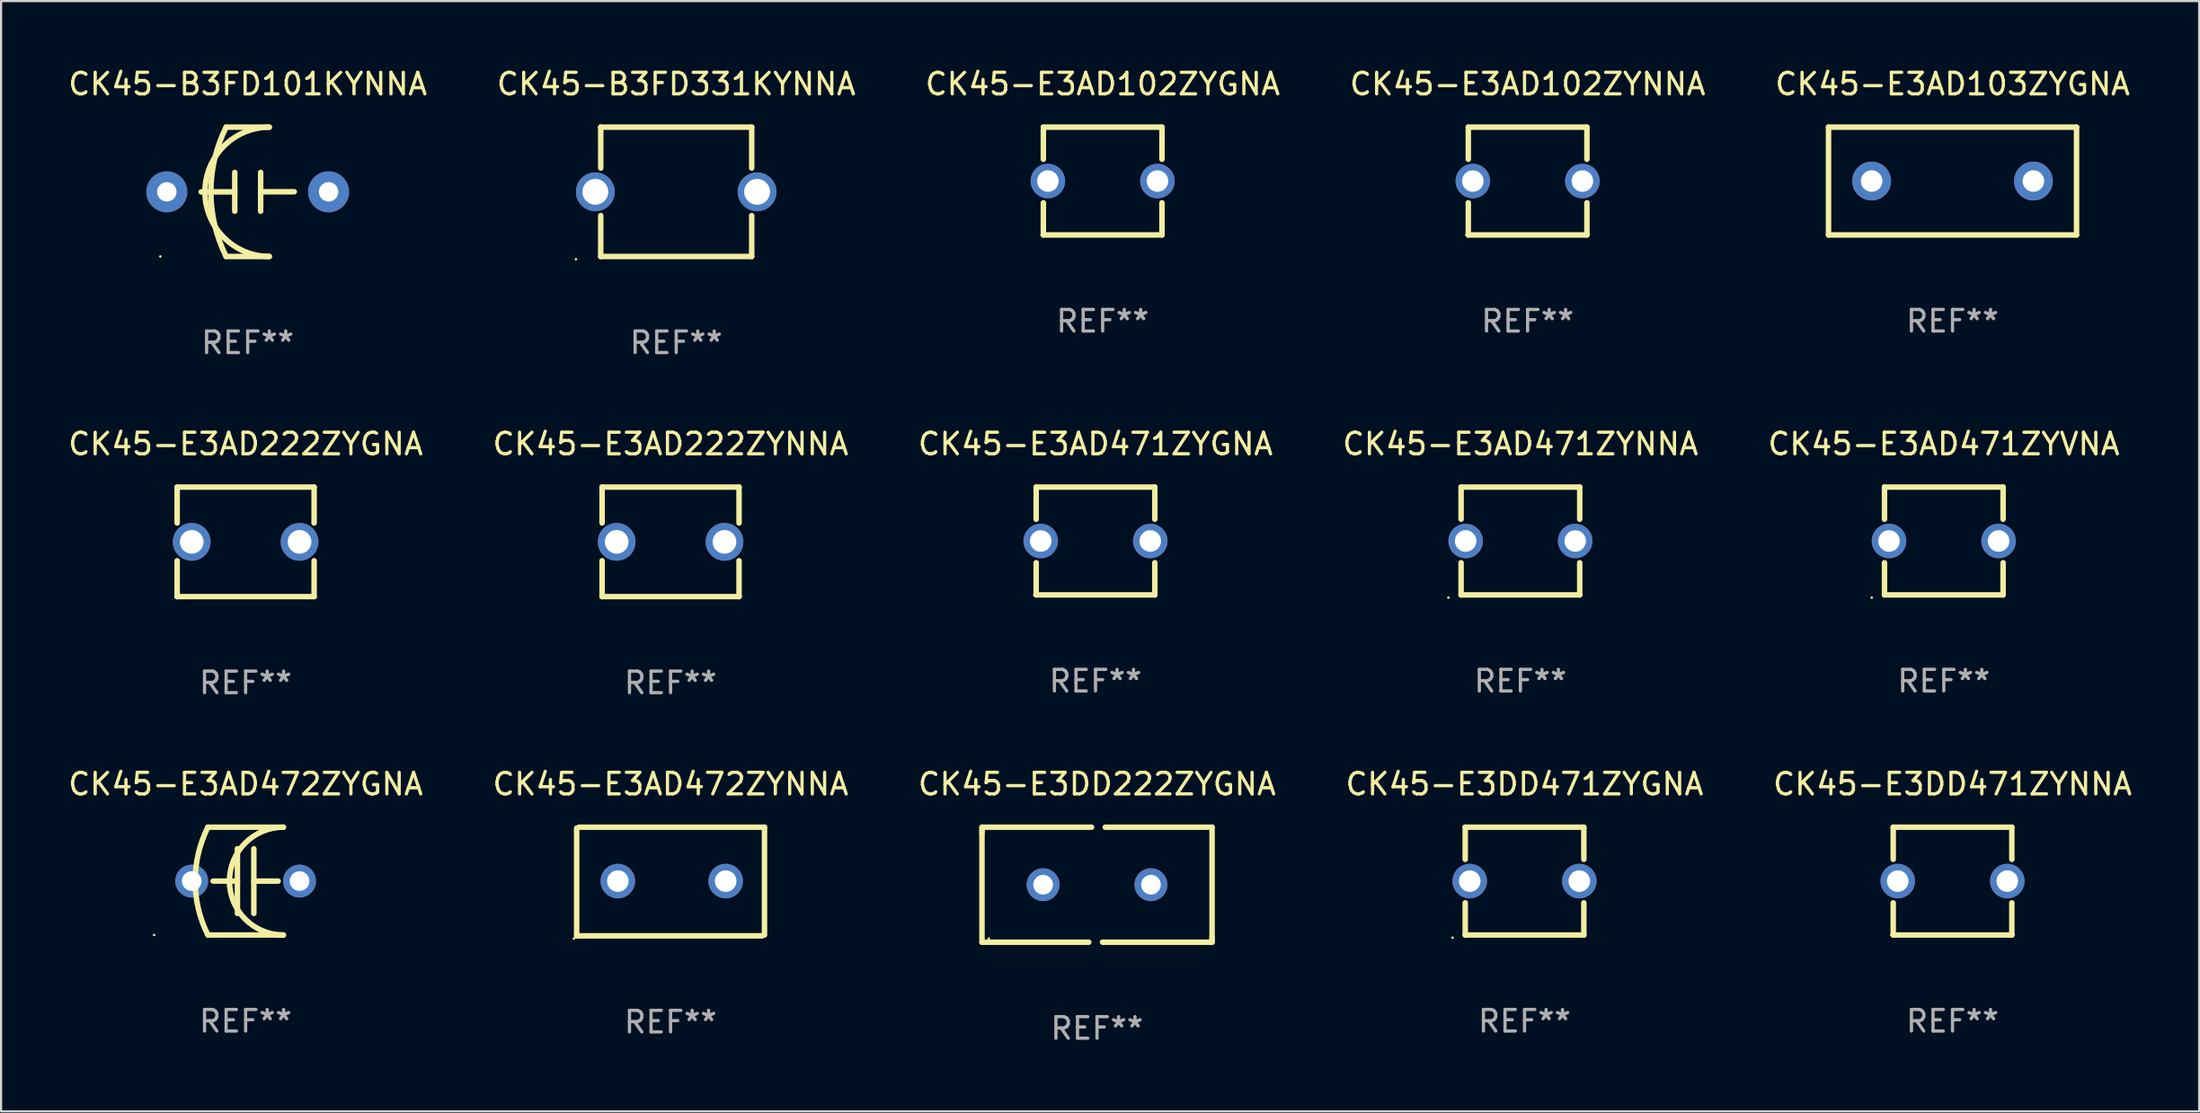
<source format=kicad_pcb>
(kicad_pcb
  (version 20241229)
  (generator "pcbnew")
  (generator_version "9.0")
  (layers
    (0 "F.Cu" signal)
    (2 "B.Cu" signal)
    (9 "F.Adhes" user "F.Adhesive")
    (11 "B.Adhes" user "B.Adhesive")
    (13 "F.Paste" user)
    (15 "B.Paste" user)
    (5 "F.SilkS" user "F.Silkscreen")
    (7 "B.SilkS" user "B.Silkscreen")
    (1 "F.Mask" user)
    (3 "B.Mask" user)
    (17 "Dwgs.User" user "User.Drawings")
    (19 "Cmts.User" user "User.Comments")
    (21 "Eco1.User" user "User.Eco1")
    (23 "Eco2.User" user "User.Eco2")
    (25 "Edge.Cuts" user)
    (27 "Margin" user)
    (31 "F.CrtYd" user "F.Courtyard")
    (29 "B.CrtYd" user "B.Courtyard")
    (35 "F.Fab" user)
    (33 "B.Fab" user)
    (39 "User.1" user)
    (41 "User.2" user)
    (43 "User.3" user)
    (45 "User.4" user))
  (footprint "CK45-B3FD331KYNNA"
    (layer "F.Cu")
    (at 28.304 5.848)
    (property "Reference" "CK45-B3FD331KYNNA" (at 0 -5 0) (layer "F.SilkS") (effects (font (size 1 1) (thickness 0.15))))
    (attr through_hole)
    (fp_line (start -3.5 -3) (end -3.5 -1.103) (stroke (width 0.254) (type solid)) (layer "F.SilkS"))
    (fp_line (start -3.5 -3) (end 3.5 -3) (stroke (width 0.254) (type solid)) (layer "F.SilkS"))
    (fp_line (start -3.5 1.103) (end -3.5 3) (stroke (width 0.254) (type solid)) (layer "F.SilkS"))
    (fp_line (start 3.5 -3) (end 3.5 -1.103) (stroke (width 0.254) (type solid)) (layer "F.SilkS"))
    (fp_line (start 3.5 1.103) (end 3.5 3) (stroke (width 0.254) (type solid)) (layer "F.SilkS"))
    (fp_line (start 3.5 3) (end -3.5 3) (stroke (width 0.254) (type solid)) (layer "F.SilkS"))
    (fp_circle (center -4.65 3.127) (end -4.62 3.127) (stroke (width 0.06) (type solid)) (fill no) (layer "F.SilkS"))
    (fp_text user "REF**" (at 0 7 0) (layer "F.Fab") (effects (font (size 1 1) (thickness 0.15))))
    (pad "1" thru_hole circle (at -3.75 0) (size 1.8 1.8) (drill 1.2) (layers "*.Cu" "*.Mask"))
    (pad "2" thru_hole circle (at 3.75 0) (size 1.8 1.8) (drill 1.2) (layers "*.Cu" "*.Mask")))
  (footprint "CK45-E3AD472ZYGNA"
    (layer "F.Cu")
    (at 8.339 37.821)
    (property "Reference" "CK45-E3AD472ZYGNA" (at 0 -4.5 0) (layer "F.SilkS") (effects (font (size 1 1) (thickness 0.15))))
    (attr through_hole)
    (fp_line (start -1.75 -2.5) (end 1.75 -2.5) (stroke (width 0.254) (type solid)) (layer "F.SilkS"))
    (fp_line (start -0.381 -1.5) (end -0.381 1.5) (stroke (width 0.254) (type solid)) (layer "F.SilkS"))
    (fp_line (start -0.381 -0.001) (end -1.507 -0.001) (stroke (width 0.254) (type solid)) (layer "F.SilkS"))
    (fp_line (start 0.381 0.001) (end 1.507 0.001) (stroke (width 0.254) (type solid)) (layer "F.SilkS"))
    (fp_line (start 0.381 1.5) (end 0.381 -1.5) (stroke (width 0.254) (type solid)) (layer "F.SilkS"))
    (fp_line (start 1.75 2.5) (end -1.75 2.5) (stroke (width 0.254) (type solid)) (layer "F.SilkS"))
    (fp_arc (start -1.750191 2.499365) (mid -2.340267 -0.000324) (end -1.75014 -2.5) (stroke (width 0.254001) (type solid)) (layer "F.SilkS"))
    (fp_arc (start 1.749886 2.5) (mid -0.749733 0.000293) (end 1.749936 -2.499364) (stroke (width 0.254001) (type solid)) (layer "F.SilkS"))
    (fp_circle (center -4.242 2.5) (end -4.212 2.5) (stroke (width 0.06) (type solid)) (fill no) (layer "F.SilkS"))
    (fp_text user "REF**" (at 0 6.5 0) (layer "F.Fab") (effects (font (size 1 1) (thickness 0.15))))
    (pad "1" thru_hole circle (at -2.5 0) (size 1.524 1.524) (drill 0.914) (layers "*.Cu" "*.Mask"))
    (pad "2" thru_hole circle (at 2.5 0) (size 1.524 1.524) (drill 0.914) (layers "*.Cu" "*.Mask")))
  (footprint "CK45-E3AD102ZYNNA"
    (layer "F.Cu")
    (at 67.78 5.348)
    (property "Reference" "CK45-E3AD102ZYNNA" (at 0 -4.5 0) (layer "F.SilkS") (effects (font (size 1 1) (thickness 0.15))))
    (attr through_hole)
    (fp_line (start -2.75 -2.5) (end -2.75 -1.009) (stroke (width 0.254) (type solid)) (layer "F.SilkS"))
    (fp_line (start -2.75 -2.5) (end 2.75 -2.5) (stroke (width 0.254) (type solid)) (layer "F.SilkS"))
    (fp_line (start -2.75 1.009) (end -2.75 2.5) (stroke (width 0.254) (type solid)) (layer "F.SilkS"))
    (fp_line (start -2.75 2.5) (end 2.75 2.5) (stroke (width 0.254) (type solid)) (layer "F.SilkS"))
    (fp_line (start 2.75 -2.5) (end 2.75 -1.009) (stroke (width 0.254) (type solid)) (layer "F.SilkS"))
    (fp_line (start 2.75 1.009) (end 2.75 2.5) (stroke (width 0.254) (type solid)) (layer "F.SilkS"))
    (fp_circle (center -2.84 2.5) (end -2.81 2.5) (stroke (width 0.06) (type solid)) (fill no) (layer "F.SilkS"))
    (fp_text user "REF**" (at 0 6.5 0) (layer "F.Fab") (effects (font (size 1 1) (thickness 0.15))))
    (pad "1" thru_hole circle (at -2.54 0) (size 1.6 1.6) (drill 1) (layers "*.Cu" "*.Mask"))
    (pad "2" thru_hole circle (at 2.54 0) (size 1.6 1.6) (drill 1) (layers "*.Cu" "*.Mask")))
  (footprint "CK45-E3AD471ZYNNA"
    (layer "F.Cu")
    (at 67.446 22.045)
    (property "Reference" "CK45-E3AD471ZYNNA" (at 0 -4.5 0) (layer "F.SilkS") (effects (font (size 1 1) (thickness 0.15))))
    (attr through_hole)
    (fp_line (start -2.75 -2.5) (end -2.75 -1.009) (stroke (width 0.254) (type solid)) (layer "F.SilkS"))
    (fp_line (start -2.75 -2.5) (end 2.75 -2.5) (stroke (width 0.254) (type solid)) (layer "F.SilkS"))
    (fp_line (start -2.75 1.009) (end -2.75 2.5) (stroke (width 0.254) (type solid)) (layer "F.SilkS"))
    (fp_line (start -2.75 2.5) (end 2.75 2.5) (stroke (width 0.254) (type solid)) (layer "F.SilkS"))
    (fp_line (start 2.75 -2.5) (end 2.75 -1.009) (stroke (width 0.254) (type solid)) (layer "F.SilkS"))
    (fp_line (start 2.75 1.009) (end 2.75 2.5) (stroke (width 0.254) (type solid)) (layer "F.SilkS"))
    (fp_circle (center -3.34 2.627) (end -3.31 2.627) (stroke (width 0.06) (type solid)) (fill no) (layer "F.SilkS"))
    (fp_text user "REF**" (at 0 6.5 0) (layer "F.Fab") (effects (font (size 1 1) (thickness 0.15))))
    (pad "1" thru_hole circle (at -2.54 0) (size 1.6 1.6) (drill 1) (layers "*.Cu" "*.Mask"))
    (pad "2" thru_hole circle (at 2.54 0) (size 1.6 1.6) (drill 1) (layers "*.Cu" "*.Mask")))
  (footprint "CK45-E3AD222ZYNNA"
    (layer "F.Cu")
    (at 28.042 22.085)
    (property "Reference" "CK45-E3AD222ZYNNA" (at 0 -4.54 0) (layer "F.SilkS") (effects (font (size 1 1) (thickness 0.15))))
    (attr through_hole)
    (fp_line (start -3.175 -2.54) (end -3.175 -0.876) (stroke (width 0.254) (type solid)) (layer "F.SilkS"))
    (fp_line (start -3.175 0.876) (end -3.175 2.54) (stroke (width 0.254) (type solid)) (layer "F.SilkS"))
    (fp_line (start -3.175 2.54) (end 3.175 2.54) (stroke (width 0.254) (type solid)) (layer "F.SilkS"))
    (fp_line (start 3.175 -2.54) (end -3.175 -2.54) (stroke (width 0.254) (type solid)) (layer "F.SilkS"))
    (fp_line (start 3.175 -0.876) (end 3.175 -2.54) (stroke (width 0.254) (type solid)) (layer "F.SilkS"))
    (fp_line (start 3.175 2.54) (end 3.175 0.876) (stroke (width 0.254) (type solid)) (layer "F.SilkS"))
    (fp_circle (center -3.25 2.5) (end -3.22 2.5) (stroke (width 0.06) (type solid)) (fill no) (layer "F.SilkS"))
    (fp_text user "REF**" (at 0 6.54 0) (layer "F.Fab") (effects (font (size 1 1) (thickness 0.15))))
    (pad "1" thru_hole circle (at -2.5 0) (size 1.75 1.75) (drill 1.1) (layers "*.Cu" "*.Mask"))
    (pad "2" thru_hole circle (at 2.5 0) (size 1.75 1.75) (drill 1.1) (layers "*.Cu" "*.Mask")))
  (footprint "CK45-B3FD101KYNNA"
    (layer "F.Cu")
    (at 8.435 5.848)
    (property "Reference" "CK45-B3FD101KYNNA" (at 0 -5 0) (layer "F.SilkS") (effects (font (size 1 1) (thickness 0.15))))
    (attr through_hole)
    (fp_line (start -1 -3) (end 1 -3) (stroke (width 0.254) (type solid)) (layer "F.SilkS"))
    (fp_line (start -0.6 -0.9) (end -0.6 0.9) (stroke (width 0.254) (type solid)) (layer "F.SilkS"))
    (fp_line (start -0.6 0.003) (end -2.159 0.003) (stroke (width 0.254) (type solid)) (layer "F.SilkS"))
    (fp_line (start 0.6 -0.003) (end 2.159 -0.003) (stroke (width 0.254) (type solid)) (layer "F.SilkS"))
    (fp_line (start 0.6 0.9) (end 0.6 -0.9) (stroke (width 0.254) (type solid)) (layer "F.SilkS"))
    (fp_line (start 1 3) (end -1 3) (stroke (width 0.254) (type solid)) (layer "F.SilkS"))
    (fp_arc (start -1.000762 2.999746) (mid -1.708676 -0.000217) (end -1 -3) (stroke (width 0.254001) (type solid)) (layer "F.SilkS"))
    (fp_arc (start 1 3) (mid -1.999111 -0.000254) (end 1.000762 -2.999746) (stroke (width 0.254001) (type solid)) (layer "F.SilkS"))
    (fp_circle (center -4.05 3) (end -4.02 3) (stroke (width 0.06) (type solid)) (fill no) (layer "F.SilkS"))
    (fp_text user "REF**" (at 0 7 0) (layer "F.Fab") (effects (font (size 1 1) (thickness 0.15))))
    (pad "1" thru_hole circle (at -3.75 0) (size 1.9 1.9) (drill 0.9) (layers "*.Cu" "*.Mask"))
    (pad "2" thru_hole circle (at 3.75 0) (size 1.9 1.9) (drill 0.9) (layers "*.Cu" "*.Mask")))
  (footprint "CK45-E3AD471ZYGNA"
    (layer "F.Cu")
    (at 47.744 22.045)
    (property "Reference" "CK45-E3AD471ZYGNA" (at 0 -4.5 0) (layer "F.SilkS") (effects (font (size 1 1) (thickness 0.15))))
    (attr through_hole)
    (fp_line (start -2.75 -2.5) (end -2.75 -1.009) (stroke (width 0.254) (type solid)) (layer "F.SilkS"))
    (fp_line (start -2.75 -2.5) (end 2.75 -2.5) (stroke (width 0.254) (type solid)) (layer "F.SilkS"))
    (fp_line (start -2.75 1.009) (end -2.75 2.5) (stroke (width 0.254) (type solid)) (layer "F.SilkS"))
    (fp_line (start -2.75 2.5) (end 2.75 2.5) (stroke (width 0.254) (type solid)) (layer "F.SilkS"))
    (fp_line (start 2.75 -2.5) (end 2.75 -1.009) (stroke (width 0.254) (type solid)) (layer "F.SilkS"))
    (fp_line (start 2.75 1.009) (end 2.75 2.5) (stroke (width 0.254) (type solid)) (layer "F.SilkS"))
    (fp_circle (center -2.84 2.5) (end -2.81 2.5) (stroke (width 0.06) (type solid)) (fill no) (layer "F.SilkS"))
    (fp_text user "REF**" (at 0 6.5 0) (layer "F.Fab") (effects (font (size 1 1) (thickness 0.15))))
    (pad "1" thru_hole circle (at -2.54 0) (size 1.6 1.6) (drill 1) (layers "*.Cu" "*.Mask"))
    (pad "2" thru_hole circle (at 2.54 0) (size 1.6 1.6) (drill 1) (layers "*.Cu" "*.Mask")))
  (footprint "CK45-E3DD471ZYNNA"
    (layer "F.Cu")
    (at 87.482 37.821)
    (property "Reference" "CK45-E3DD471ZYNNA" (at 0 -4.5 0) (layer "F.SilkS") (effects (font (size 1 1) (thickness 0.15))))
    (attr through_hole)
    (fp_line (start -2.75 -2.5) (end -2.75 -1.009) (stroke (width 0.254) (type solid)) (layer "F.SilkS"))
    (fp_line (start -2.75 -2.5) (end 2.75 -2.5) (stroke (width 0.254) (type solid)) (layer "F.SilkS"))
    (fp_line (start -2.75 1.009) (end -2.75 2.5) (stroke (width 0.254) (type solid)) (layer "F.SilkS"))
    (fp_line (start -2.75 2.5) (end 2.75 2.5) (stroke (width 0.254) (type solid)) (layer "F.SilkS"))
    (fp_line (start 2.75 -2.5) (end 2.75 -1.009) (stroke (width 0.254) (type solid)) (layer "F.SilkS"))
    (fp_line (start 2.75 1.009) (end 2.75 2.5) (stroke (width 0.254) (type solid)) (layer "F.SilkS"))
    (fp_circle (center -2.84 2.5) (end -2.81 2.5) (stroke (width 0.06) (type solid)) (fill no) (layer "F.SilkS"))
    (fp_text user "REF**" (at 0 6.5 0) (layer "F.Fab") (effects (font (size 1 1) (thickness 0.15))))
    (pad "1" thru_hole circle (at -2.54 0) (size 1.6 1.6) (drill 1) (layers "*.Cu" "*.Mask"))
    (pad "2" thru_hole circle (at 2.54 0) (size 1.6 1.6) (drill 1) (layers "*.Cu" "*.Mask")))
  (footprint "CK45-E3AD222ZYGNA"
    (layer "F.Cu")
    (at 8.339 22.085)
    (property "Reference" "CK45-E3AD222ZYGNA" (at 0 -4.54 0) (layer "F.SilkS") (effects (font (size 1 1) (thickness 0.15))))
    (attr through_hole)
    (fp_line (start -3.175 -2.54) (end -3.175 -0.876) (stroke (width 0.254) (type solid)) (layer "F.SilkS"))
    (fp_line (start -3.175 0.876) (end -3.175 2.54) (stroke (width 0.254) (type solid)) (layer "F.SilkS"))
    (fp_line (start -3.175 2.54) (end 3.175 2.54) (stroke (width 0.254) (type solid)) (layer "F.SilkS"))
    (fp_line (start 3.175 -2.54) (end -3.175 -2.54) (stroke (width 0.254) (type solid)) (layer "F.SilkS"))
    (fp_line (start 3.175 -0.876) (end 3.175 -2.54) (stroke (width 0.254) (type solid)) (layer "F.SilkS"))
    (fp_line (start 3.175 2.54) (end 3.175 0.876) (stroke (width 0.254) (type solid)) (layer "F.SilkS"))
    (fp_circle (center -3.25 2.5) (end -3.22 2.5) (stroke (width 0.06) (type solid)) (fill no) (layer "F.SilkS"))
    (fp_text user "REF**" (at 0 6.54 0) (layer "F.Fab") (effects (font (size 1 1) (thickness 0.15))))
    (pad "1" thru_hole circle (at -2.5 0) (size 1.75 1.75) (drill 1.1) (layers "*.Cu" "*.Mask"))
    (pad "2" thru_hole circle (at 2.5 0) (size 1.75 1.75) (drill 1.1) (layers "*.Cu" "*.Mask")))
  (footprint "CK45-E3DD222ZYGNA"
    (layer "F.Cu")
    (at 47.815 37.988)
    (property "Reference" "CK45-E3DD222ZYGNA" (at 0 -4.667 0) (layer "F.SilkS") (effects (font (size 1 1) (thickness 0.15))))
    (attr through_hole)
    (fp_line (start -5.334 -2.667) (end -0.254 -2.667) (stroke (width 0.254) (type solid)) (layer "F.SilkS"))
    (fp_line (start -5.334 -2.54) (end -5.334 -2.667) (stroke (width 0.254) (type solid)) (layer "F.SilkS"))
    (fp_line (start -5.334 -2.413) (end -5.334 -2.54) (stroke (width 0.254) (type solid)) (layer "F.SilkS"))
    (fp_line (start -5.334 2.667) (end -5.334 -2.413) (stroke (width 0.254) (type solid)) (layer "F.SilkS"))
    (fp_line (start -0.381 2.667) (end -5.334 2.667) (stroke (width 0.254) (type solid)) (layer "F.SilkS"))
    (fp_line (start 0.381 -2.667) (end 5.334 -2.667) (stroke (width 0.254) (type solid)) (layer "F.SilkS"))
    (fp_line (start 5.334 -2.667) (end 5.334 2.413) (stroke (width 0.254) (type solid)) (layer "F.SilkS"))
    (fp_line (start 5.334 2.413) (end 5.334 2.54) (stroke (width 0.254) (type solid)) (layer "F.SilkS"))
    (fp_line (start 5.334 2.54) (end 5.334 2.667) (stroke (width 0.254) (type solid)) (layer "F.SilkS"))
    (fp_line (start 5.334 2.667) (end 0.254 2.667) (stroke (width 0.254) (type solid)) (layer "F.SilkS"))
    (fp_circle (center -5.017 2.5) (end -4.987 2.5) (stroke (width 0.06) (type solid)) (fill no) (layer "F.SilkS"))
    (fp_text user "REF**" (at 0 6.667 0) (layer "F.Fab") (effects (font (size 1 1) (thickness 0.15))))
    (pad "1" thru_hole circle (at -2.5 0) (size 1.524 1.524) (drill 0.914) (layers "*.Cu" "*.Mask"))
    (pad "2" thru_hole circle (at 2.5 0) (size 1.524 1.524) (drill 0.914) (layers "*.Cu" "*.Mask")))
  (footprint "CK45-E3AD472ZYNNA"
    (layer "F.Cu")
    (at 28.042 37.841)
    (property "Reference" "CK45-E3AD472ZYNNA" (at 0 -4.52 0) (layer "F.SilkS") (effects (font (size 1 1) (thickness 0.15))))
    (attr through_hole)
    (fp_line (start -4.355 2.52) (end -4.355 -2.48) (stroke (width 0.254) (type solid)) (layer "F.SilkS"))
    (fp_line (start -4.246 -2.52) (end 4.355 -2.52) (stroke (width 0.254) (type solid)) (layer "F.SilkS"))
    (fp_line (start 4.246 2.52) (end -4.355 2.52) (stroke (width 0.254) (type solid)) (layer "F.SilkS"))
    (fp_line (start 4.355 -2.52) (end 4.355 2.48) (stroke (width 0.254) (type solid)) (layer "F.SilkS"))
    (fp_circle (center -4.482 2.647) (end -4.452 2.647) (stroke (width 0.06) (type solid)) (fill no) (layer "F.SilkS"))
    (fp_text user "REF**" (at 0 6.52 0) (layer "F.Fab") (effects (font (size 1 1) (thickness 0.15))))
    (pad "1" thru_hole circle (at -2.445 -0.02) (size 1.6 1.6) (drill 1) (layers "*.Cu" "*.Mask"))
    (pad "2" thru_hole circle (at 2.555 -0.02) (size 1.6 1.6) (drill 1) (layers "*.Cu" "*.Mask")))
  (footprint "CK45-E3AD102ZYGNA"
    (layer "F.Cu")
    (at 48.077 5.348)
    (property "Reference" "CK45-E3AD102ZYGNA" (at 0 -4.5 0) (layer "F.SilkS") (effects (font (size 1 1) (thickness 0.15))))
    (attr through_hole)
    (fp_line (start -2.75 -2.5) (end -2.75 -1.009) (stroke (width 0.254) (type solid)) (layer "F.SilkS"))
    (fp_line (start -2.75 -2.5) (end 2.75 -2.5) (stroke (width 0.254) (type solid)) (layer "F.SilkS"))
    (fp_line (start -2.75 1.009) (end -2.75 2.5) (stroke (width 0.254) (type solid)) (layer "F.SilkS"))
    (fp_line (start -2.75 2.5) (end 2.75 2.5) (stroke (width 0.254) (type solid)) (layer "F.SilkS"))
    (fp_line (start 2.75 -2.5) (end 2.75 -1.009) (stroke (width 0.254) (type solid)) (layer "F.SilkS"))
    (fp_line (start 2.75 1.009) (end 2.75 2.5) (stroke (width 0.254) (type solid)) (layer "F.SilkS"))
    (fp_circle (center -2.84 2.5) (end -2.81 2.5) (stroke (width 0.06) (type solid)) (fill no) (layer "F.SilkS"))
    (fp_text user "REF**" (at 0 6.5 0) (layer "F.Fab") (effects (font (size 1 1) (thickness 0.15))))
    (pad "1" thru_hole circle (at -2.54 0) (size 1.6 1.6) (drill 1) (layers "*.Cu" "*.Mask"))
    (pad "2" thru_hole circle (at 2.54 0) (size 1.6 1.6) (drill 1) (layers "*.Cu" "*.Mask")))
  (footprint "CK45-E3AD103ZYGNA"
    (layer "F.Cu")
    (at 87.482 5.348)
    (property "Reference" "CK45-E3AD103ZYGNA" (at 0 -4.5 0) (layer "F.SilkS") (effects (font (size 1 1) (thickness 0.15))))
    (attr through_hole)
    (fp_line (start -5.75 -2.5) (end 5.75 -2.5) (stroke (width 0.254) (type solid)) (layer "F.SilkS"))
    (fp_line (start -5.75 2.5) (end -5.75 -2.5) (stroke (width 0.254) (type solid)) (layer "F.SilkS"))
    (fp_line (start 5.75 -2.5) (end 5.75 2.5) (stroke (width 0.254) (type solid)) (layer "F.SilkS"))
    (fp_line (start 5.75 2.5) (end -5.75 2.5) (stroke (width 0.254) (type solid)) (layer "F.SilkS"))
    (fp_circle (center -5.75 2.5) (end -5.72 2.5) (stroke (width 0.06) (type solid)) (fill no) (layer "F.SilkS"))
    (fp_text user "REF**" (at 0 6.5 0) (layer "F.Fab") (effects (font (size 1 1) (thickness 0.15))))
    (pad "1" thru_hole circle (at -3.75 0) (size 1.8 1.8) (drill 1) (layers "*.Cu" "*.Mask"))
    (pad "2" thru_hole circle (at 3.75 0) (size 1.8 1.8) (drill 1) (layers "*.Cu" "*.Mask")))
  (footprint "CK45-E3AD471ZYVNA"
    (layer "F.Cu")
    (at 87.077 22.045)
    (property "Reference" "CK45-E3AD471ZYVNA" (at 0 -4.5 0) (layer "F.SilkS") (effects (font (size 1 1) (thickness 0.15))))
    (attr through_hole)
    (fp_line (start -2.75 -2.5) (end -2.75 -1.009) (stroke (width 0.254) (type solid)) (layer "F.SilkS"))
    (fp_line (start -2.75 -2.5) (end 2.75 -2.5) (stroke (width 0.254) (type solid)) (layer "F.SilkS"))
    (fp_line (start -2.75 1.009) (end -2.75 2.5) (stroke (width 0.254) (type solid)) (layer "F.SilkS"))
    (fp_line (start -2.75 2.5) (end 2.75 2.5) (stroke (width 0.254) (type solid)) (layer "F.SilkS"))
    (fp_line (start 2.75 -2.5) (end 2.75 -1.009) (stroke (width 0.254) (type solid)) (layer "F.SilkS"))
    (fp_line (start 2.75 1.009) (end 2.75 2.5) (stroke (width 0.254) (type solid)) (layer "F.SilkS"))
    (fp_circle (center -3.34 2.627) (end -3.31 2.627) (stroke (width 0.06) (type solid)) (fill no) (layer "F.SilkS"))
    (fp_text user "REF**" (at 0 6.5 0) (layer "F.Fab") (effects (font (size 1 1) (thickness 0.15))))
    (pad "1" thru_hole circle (at -2.54 0) (size 1.6 1.6) (drill 1) (layers "*.Cu" "*.Mask"))
    (pad "2" thru_hole circle (at 2.54 0) (size 1.6 1.6) (drill 1) (layers "*.Cu" "*.Mask")))
  (footprint "CK45-E3DD471ZYGNA"
    (layer "F.Cu")
    (at 67.637 37.821)
    (property "Reference" "CK45-E3DD471ZYGNA" (at 0 -4.5 0) (layer "F.SilkS") (effects (font (size 1 1) (thickness 0.15))))
    (attr through_hole)
    (fp_line (start -2.75 -2.5) (end -2.75 -1.009) (stroke (width 0.254) (type solid)) (layer "F.SilkS"))
    (fp_line (start -2.75 -2.5) (end 2.75 -2.5) (stroke (width 0.254) (type solid)) (layer "F.SilkS"))
    (fp_line (start -2.75 1.009) (end -2.75 2.5) (stroke (width 0.254) (type solid)) (layer "F.SilkS"))
    (fp_line (start -2.75 2.5) (end 2.75 2.5) (stroke (width 0.254) (type solid)) (layer "F.SilkS"))
    (fp_line (start 2.75 -2.5) (end 2.75 -1.009) (stroke (width 0.254) (type solid)) (layer "F.SilkS"))
    (fp_line (start 2.75 1.009) (end 2.75 2.5) (stroke (width 0.254) (type solid)) (layer "F.SilkS"))
    (fp_circle (center -3.34 2.627) (end -3.31 2.627) (stroke (width 0.06) (type solid)) (fill no) (layer "F.SilkS"))
    (fp_text user "REF**" (at 0 6.5 0) (layer "F.Fab") (effects (font (size 1 1) (thickness 0.15))))
    (pad "1" thru_hole circle (at -2.54 0) (size 1.6 1.6) (drill 1) (layers "*.Cu" "*.Mask"))
    (pad "2" thru_hole circle (at 2.54 0) (size 1.6 1.6) (drill 1) (layers "*.Cu" "*.Mask")))
  (gr_rect
    (start -3 -3)
    (end 98.917 48.504)
    (stroke (width 0.1) (type default))
    (fill no)
    (layer "Edge.Cuts")))
</source>
